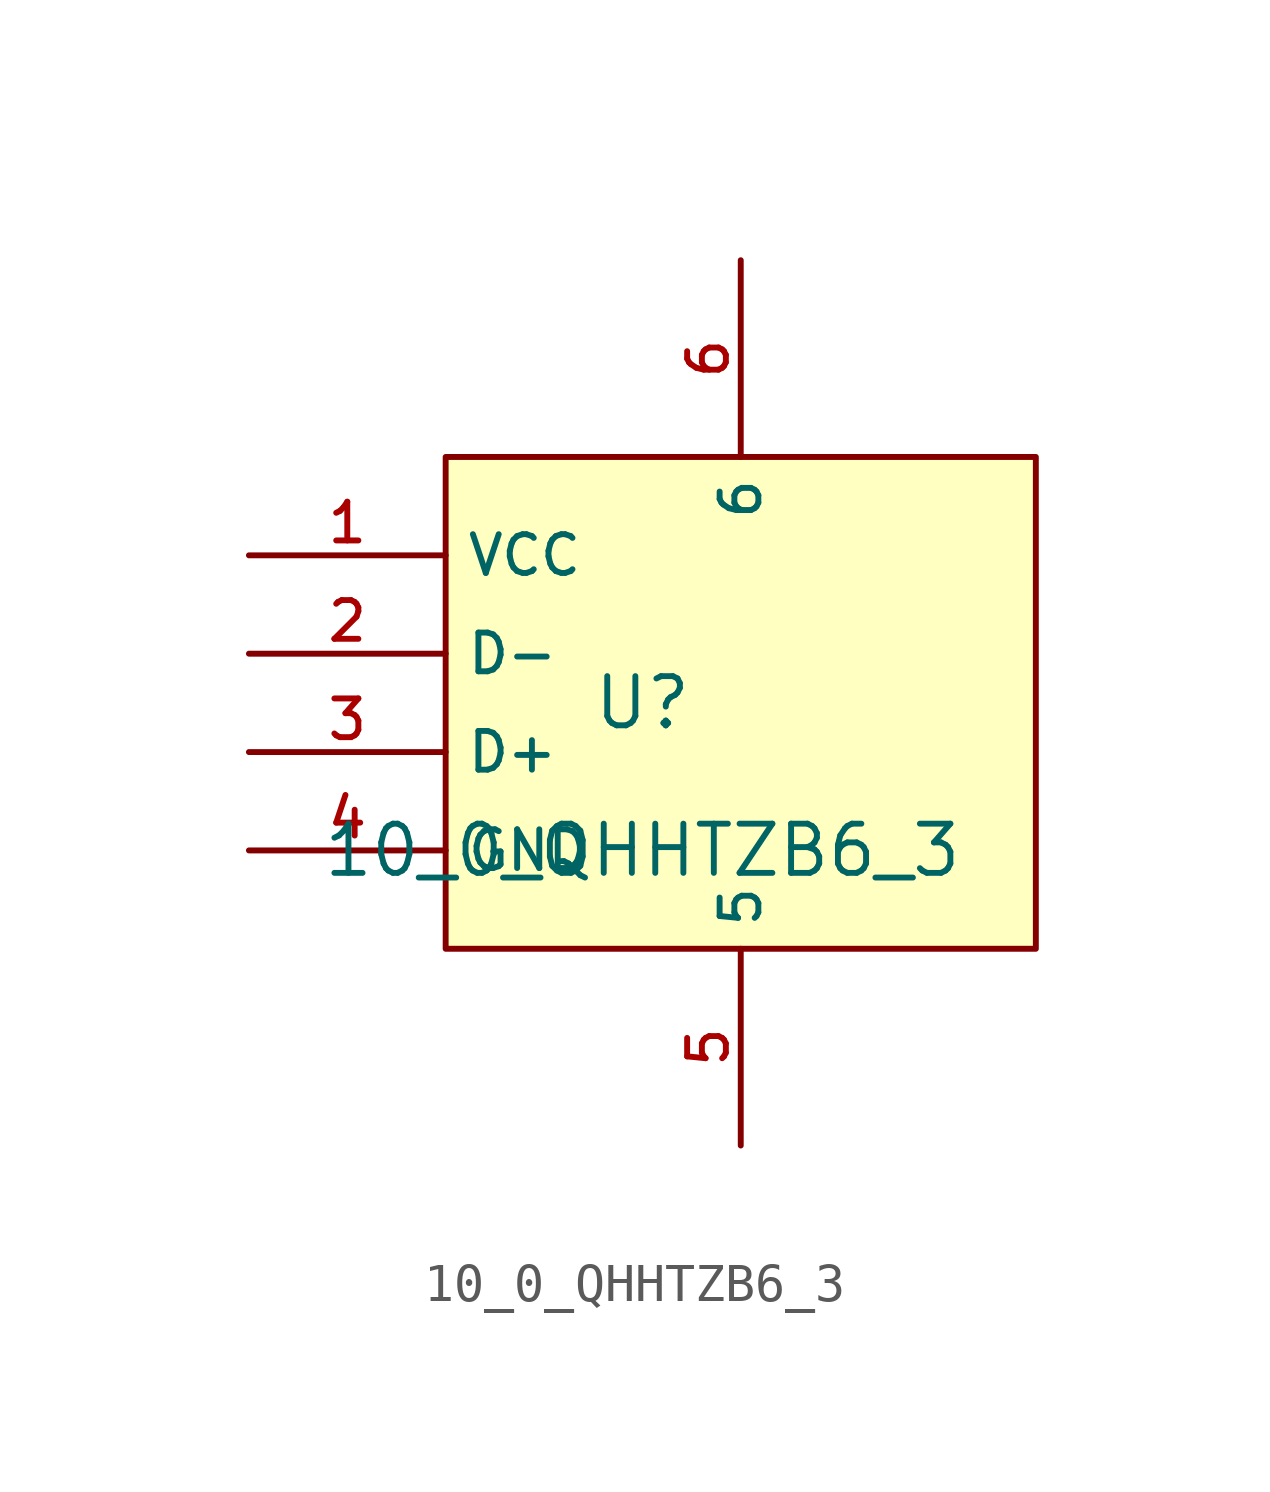
<source format=kicad_sym>
(kicad_symbol_lib
  (version 20210201)
  (generator TousstNicolas/JLC2KiCad_lib)
  (symbol "10_0_QHHTZB6_3"
    (property "Reference" "U"
      (at 0 1.27 0)
      (effects (font (size 1.27 1.27))))
    (property "Value" "10_0_QHHTZB6_3"
      (at 0 -2.54 0)
      (effects (font (size 1.27 1.27))))
    (symbol "10_0_QHHTZB6_3_0_1"
      (pin unspecified line (at 2.54 12.7 270) (length 5.08) (name "6" (effects (font (size 1 1)))) (number "6" (effects (font (size 1 1)))))
      (pin unspecified line (at 2.54 -10.16 90) (length 5.08) (name "5" (effects (font (size 1 1)))) (number "5" (effects (font (size 1 1)))))
      (rectangle (start -5.08 7.62) (end 10.16 -5.08) (stroke (width 0) (type default) (color 0 0 0 0)) (fill (type background)))
      (pin unspecified line (at -10.16 -2.54 0) (length 5.08) (name "GND" (effects (font (size 1 1)))) (number "4" (effects (font (size 1 1)))))
      (pin unspecified line (at -10.16 -0.0 0) (length 5.08) (name "D+" (effects (font (size 1 1)))) (number "3" (effects (font (size 1 1)))))
      (pin unspecified line (at -10.16 2.54 0) (length 5.08) (name "D-" (effects (font (size 1 1)))) (number "2" (effects (font (size 1 1)))))
      (pin unspecified line (at -10.16 5.08 0) (length 5.08) (name "VCC" (effects (font (size 1 1)))) (number "1" (effects (font (size 1 1))))))))
</source>
